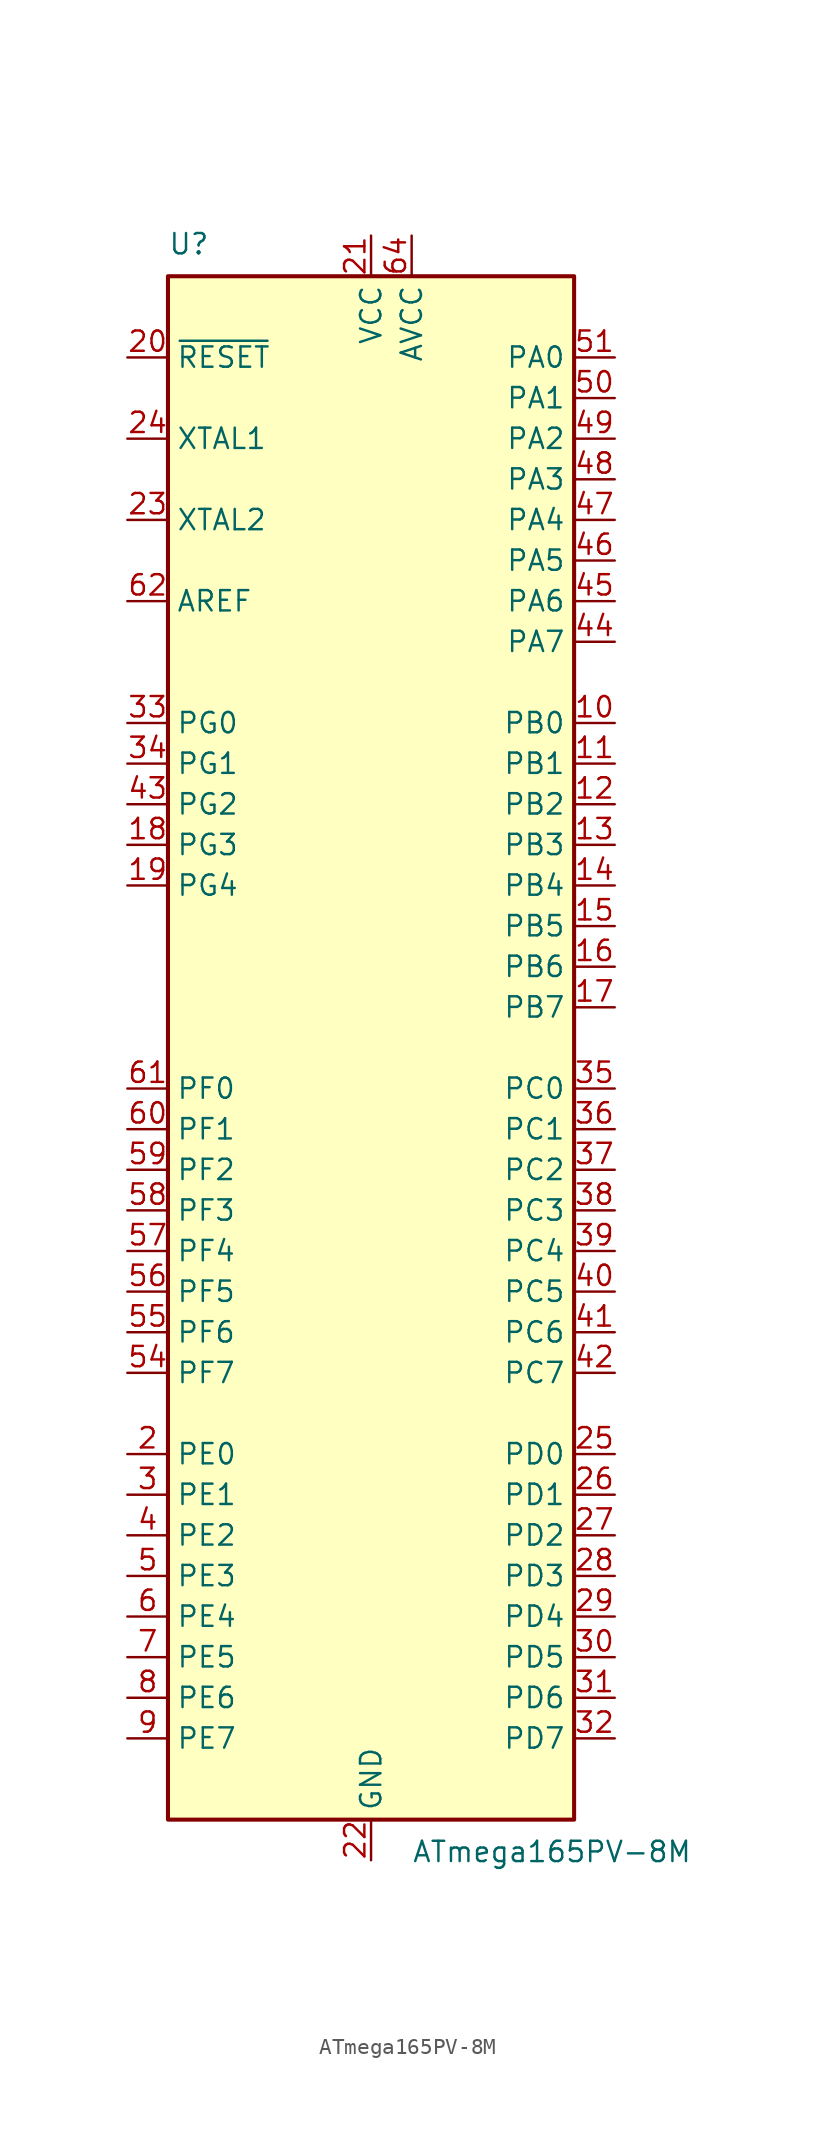
<source format=kicad_sym>
(kicad_symbol_lib
  (version 20211014)
  (generator kicad_symbol_editor)
  (symbol "ATmega165PV-8M"
    (property "Reference" "U"
      (at -12.7 49.53 0)
      (effects (font (size 1.27 1.27)) (justify left bottom)))
    (property "Value" "ATmega165PV-8M"
      (at 2.54 -49.53 0)
      (effects (font (size 1.27 1.27)) (justify left top)))
    (symbol "ATmega165PV-8M_0_1"
      (rectangle (start -12.7 -48.26) (end 12.7 48.26) (stroke (width 0.254) (type default) (color 0 0 0 0)) (fill (type background))))
    (symbol "ATmega165PV-8M_1_1"
      (pin no_connect line (at -12.7 -45.72 0) (length 2.54) hide (name "NC" (effects (font (size 1.27 1.27)))) (number "1" (effects (font (size 1.27 1.27)))))
      (pin bidirectional line (at 15.24 20.32 180) (length 2.54) (name "PB0" (effects (font (size 1.27 1.27)))) (number "10" (effects (font (size 1.27 1.27)))))
      (pin bidirectional line (at 15.24 17.78 180) (length 2.54) (name "PB1" (effects (font (size 1.27 1.27)))) (number "11" (effects (font (size 1.27 1.27)))))
      (pin bidirectional line (at 15.24 15.24 180) (length 2.54) (name "PB2" (effects (font (size 1.27 1.27)))) (number "12" (effects (font (size 1.27 1.27)))))
      (pin bidirectional line (at 15.24 12.7 180) (length 2.54) (name "PB3" (effects (font (size 1.27 1.27)))) (number "13" (effects (font (size 1.27 1.27)))))
      (pin bidirectional line (at 15.24 10.16 180) (length 2.54) (name "PB4" (effects (font (size 1.27 1.27)))) (number "14" (effects (font (size 1.27 1.27)))))
      (pin bidirectional line (at 15.24 7.62 180) (length 2.54) (name "PB5" (effects (font (size 1.27 1.27)))) (number "15" (effects (font (size 1.27 1.27)))))
      (pin bidirectional line (at 15.24 5.08 180) (length 2.54) (name "PB6" (effects (font (size 1.27 1.27)))) (number "16" (effects (font (size 1.27 1.27)))))
      (pin bidirectional line (at 15.24 2.54 180) (length 2.54) (name "PB7" (effects (font (size 1.27 1.27)))) (number "17" (effects (font (size 1.27 1.27)))))
      (pin bidirectional line (at -15.24 12.7 0) (length 2.54) (name "PG3" (effects (font (size 1.27 1.27)))) (number "18" (effects (font (size 1.27 1.27)))))
      (pin bidirectional line (at -15.24 10.16 0) (length 2.54) (name "PG4" (effects (font (size 1.27 1.27)))) (number "19" (effects (font (size 1.27 1.27)))))
      (pin bidirectional line (at -15.24 -25.4 0) (length 2.54) (name "PE0" (effects (font (size 1.27 1.27)))) (number "2" (effects (font (size 1.27 1.27)))))
      (pin input line (at -15.24 43.18 0) (length 2.54) (name "~{RESET}" (effects (font (size 1.27 1.27)))) (number "20" (effects (font (size 1.27 1.27)))))
      (pin power_in line (at 0 50.8 270) (length 2.54) (name "VCC" (effects (font (size 1.27 1.27)))) (number "21" (effects (font (size 1.27 1.27)))))
      (pin power_in line (at 0 -50.8 90) (length 2.54) (name "GND" (effects (font (size 1.27 1.27)))) (number "22" (effects (font (size 1.27 1.27)))))
      (pin output line (at -15.24 33.02 0) (length 2.54) (name "XTAL2" (effects (font (size 1.27 1.27)))) (number "23" (effects (font (size 1.27 1.27)))))
      (pin input line (at -15.24 38.1 0) (length 2.54) (name "XTAL1" (effects (font (size 1.27 1.27)))) (number "24" (effects (font (size 1.27 1.27)))))
      (pin bidirectional line (at 15.24 -25.4 180) (length 2.54) (name "PD0" (effects (font (size 1.27 1.27)))) (number "25" (effects (font (size 1.27 1.27)))))
      (pin bidirectional line (at 15.24 -27.94 180) (length 2.54) (name "PD1" (effects (font (size 1.27 1.27)))) (number "26" (effects (font (size 1.27 1.27)))))
      (pin bidirectional line (at 15.24 -30.48 180) (length 2.54) (name "PD2" (effects (font (size 1.27 1.27)))) (number "27" (effects (font (size 1.27 1.27)))))
      (pin bidirectional line (at 15.24 -33.02 180) (length 2.54) (name "PD3" (effects (font (size 1.27 1.27)))) (number "28" (effects (font (size 1.27 1.27)))))
      (pin bidirectional line (at 15.24 -35.56 180) (length 2.54) (name "PD4" (effects (font (size 1.27 1.27)))) (number "29" (effects (font (size 1.27 1.27)))))
      (pin bidirectional line (at -15.24 -27.94 0) (length 2.54) (name "PE1" (effects (font (size 1.27 1.27)))) (number "3" (effects (font (size 1.27 1.27)))))
      (pin bidirectional line (at 15.24 -38.1 180) (length 2.54) (name "PD5" (effects (font (size 1.27 1.27)))) (number "30" (effects (font (size 1.27 1.27)))))
      (pin bidirectional line (at 15.24 -40.64 180) (length 2.54) (name "PD6" (effects (font (size 1.27 1.27)))) (number "31" (effects (font (size 1.27 1.27)))))
      (pin bidirectional line (at 15.24 -43.18 180) (length 2.54) (name "PD7" (effects (font (size 1.27 1.27)))) (number "32" (effects (font (size 1.27 1.27)))))
      (pin bidirectional line (at -15.24 20.32 0) (length 2.54) (name "PG0" (effects (font (size 1.27 1.27)))) (number "33" (effects (font (size 1.27 1.27)))))
      (pin bidirectional line (at -15.24 17.78 0) (length 2.54) (name "PG1" (effects (font (size 1.27 1.27)))) (number "34" (effects (font (size 1.27 1.27)))))
      (pin bidirectional line (at 15.24 -2.54 180) (length 2.54) (name "PC0" (effects (font (size 1.27 1.27)))) (number "35" (effects (font (size 1.27 1.27)))))
      (pin bidirectional line (at 15.24 -5.08 180) (length 2.54) (name "PC1" (effects (font (size 1.27 1.27)))) (number "36" (effects (font (size 1.27 1.27)))))
      (pin bidirectional line (at 15.24 -7.62 180) (length 2.54) (name "PC2" (effects (font (size 1.27 1.27)))) (number "37" (effects (font (size 1.27 1.27)))))
      (pin bidirectional line (at 15.24 -10.16 180) (length 2.54) (name "PC3" (effects (font (size 1.27 1.27)))) (number "38" (effects (font (size 1.27 1.27)))))
      (pin bidirectional line (at 15.24 -12.7 180) (length 2.54) (name "PC4" (effects (font (size 1.27 1.27)))) (number "39" (effects (font (size 1.27 1.27)))))
      (pin bidirectional line (at -15.24 -30.48 0) (length 2.54) (name "PE2" (effects (font (size 1.27 1.27)))) (number "4" (effects (font (size 1.27 1.27)))))
      (pin bidirectional line (at 15.24 -15.24 180) (length 2.54) (name "PC5" (effects (font (size 1.27 1.27)))) (number "40" (effects (font (size 1.27 1.27)))))
      (pin bidirectional line (at 15.24 -17.78 180) (length 2.54) (name "PC6" (effects (font (size 1.27 1.27)))) (number "41" (effects (font (size 1.27 1.27)))))
      (pin bidirectional line (at 15.24 -20.32 180) (length 2.54) (name "PC7" (effects (font (size 1.27 1.27)))) (number "42" (effects (font (size 1.27 1.27)))))
      (pin bidirectional line (at -15.24 15.24 0) (length 2.54) (name "PG2" (effects (font (size 1.27 1.27)))) (number "43" (effects (font (size 1.27 1.27)))))
      (pin bidirectional line (at 15.24 25.4 180) (length 2.54) (name "PA7" (effects (font (size 1.27 1.27)))) (number "44" (effects (font (size 1.27 1.27)))))
      (pin bidirectional line (at 15.24 27.94 180) (length 2.54) (name "PA6" (effects (font (size 1.27 1.27)))) (number "45" (effects (font (size 1.27 1.27)))))
      (pin bidirectional line (at 15.24 30.48 180) (length 2.54) (name "PA5" (effects (font (size 1.27 1.27)))) (number "46" (effects (font (size 1.27 1.27)))))
      (pin bidirectional line (at 15.24 33.02 180) (length 2.54) (name "PA4" (effects (font (size 1.27 1.27)))) (number "47" (effects (font (size 1.27 1.27)))))
      (pin bidirectional line (at 15.24 35.56 180) (length 2.54) (name "PA3" (effects (font (size 1.27 1.27)))) (number "48" (effects (font (size 1.27 1.27)))))
      (pin bidirectional line (at 15.24 38.1 180) (length 2.54) (name "PA2" (effects (font (size 1.27 1.27)))) (number "49" (effects (font (size 1.27 1.27)))))
      (pin bidirectional line (at -15.24 -33.02 0) (length 2.54) (name "PE3" (effects (font (size 1.27 1.27)))) (number "5" (effects (font (size 1.27 1.27)))))
      (pin bidirectional line (at 15.24 40.64 180) (length 2.54) (name "PA1" (effects (font (size 1.27 1.27)))) (number "50" (effects (font (size 1.27 1.27)))))
      (pin bidirectional line (at 15.24 43.18 180) (length 2.54) (name "PA0" (effects (font (size 1.27 1.27)))) (number "51" (effects (font (size 1.27 1.27)))))
      (pin passive line (at 0 50.8 270) (length 2.54) hide (name "VCC" (effects (font (size 1.27 1.27)))) (number "52" (effects (font (size 1.27 1.27)))))
      (pin passive line (at 0 -50.8 90) (length 2.54) hide (name "GND" (effects (font (size 1.27 1.27)))) (number "53" (effects (font (size 1.27 1.27)))))
      (pin bidirectional line (at -15.24 -20.32 0) (length 2.54) (name "PF7" (effects (font (size 1.27 1.27)))) (number "54" (effects (font (size 1.27 1.27)))))
      (pin bidirectional line (at -15.24 -17.78 0) (length 2.54) (name "PF6" (effects (font (size 1.27 1.27)))) (number "55" (effects (font (size 1.27 1.27)))))
      (pin bidirectional line (at -15.24 -15.24 0) (length 2.54) (name "PF5" (effects (font (size 1.27 1.27)))) (number "56" (effects (font (size 1.27 1.27)))))
      (pin bidirectional line (at -15.24 -12.7 0) (length 2.54) (name "PF4" (effects (font (size 1.27 1.27)))) (number "57" (effects (font (size 1.27 1.27)))))
      (pin bidirectional line (at -15.24 -10.16 0) (length 2.54) (name "PF3" (effects (font (size 1.27 1.27)))) (number "58" (effects (font (size 1.27 1.27)))))
      (pin bidirectional line (at -15.24 -7.62 0) (length 2.54) (name "PF2" (effects (font (size 1.27 1.27)))) (number "59" (effects (font (size 1.27 1.27)))))
      (pin bidirectional line (at -15.24 -35.56 0) (length 2.54) (name "PE4" (effects (font (size 1.27 1.27)))) (number "6" (effects (font (size 1.27 1.27)))))
      (pin bidirectional line (at -15.24 -5.08 0) (length 2.54) (name "PF1" (effects (font (size 1.27 1.27)))) (number "60" (effects (font (size 1.27 1.27)))))
      (pin bidirectional line (at -15.24 -2.54 0) (length 2.54) (name "PF0" (effects (font (size 1.27 1.27)))) (number "61" (effects (font (size 1.27 1.27)))))
      (pin passive line (at -15.24 27.94 0) (length 2.54) (name "AREF" (effects (font (size 1.27 1.27)))) (number "62" (effects (font (size 1.27 1.27)))))
      (pin passive line (at 0 -50.8 90) (length 2.54) hide (name "GND" (effects (font (size 1.27 1.27)))) (number "63" (effects (font (size 1.27 1.27)))))
      (pin power_in line (at 2.54 50.8 270) (length 2.54) (name "AVCC" (effects (font (size 1.27 1.27)))) (number "64" (effects (font (size 1.27 1.27)))))
      (pin passive line (at 0 -50.8 90) (length 2.54) hide (name "GND" (effects (font (size 1.27 1.27)))) (number "65" (effects (font (size 1.27 1.27)))))
      (pin bidirectional line (at -15.24 -38.1 0) (length 2.54) (name "PE5" (effects (font (size 1.27 1.27)))) (number "7" (effects (font (size 1.27 1.27)))))
      (pin bidirectional line (at -15.24 -40.64 0) (length 2.54) (name "PE6" (effects (font (size 1.27 1.27)))) (number "8" (effects (font (size 1.27 1.27)))))
      (pin bidirectional line (at -15.24 -43.18 0) (length 2.54) (name "PE7" (effects (font (size 1.27 1.27)))) (number "9" (effects (font (size 1.27 1.27))))))))
</source>
